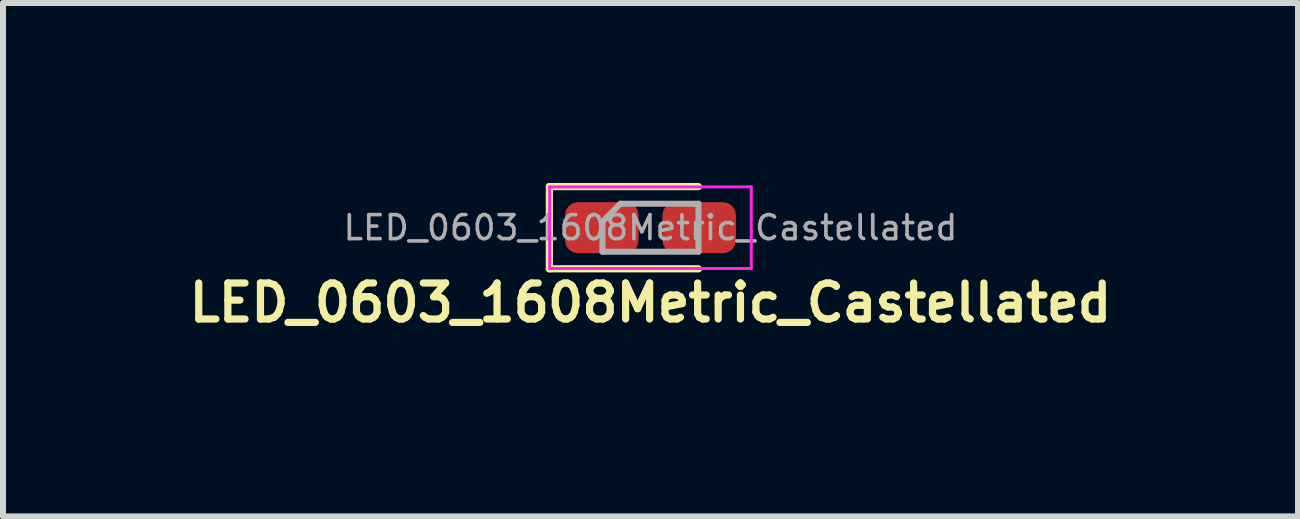
<source format=kicad_pcb>
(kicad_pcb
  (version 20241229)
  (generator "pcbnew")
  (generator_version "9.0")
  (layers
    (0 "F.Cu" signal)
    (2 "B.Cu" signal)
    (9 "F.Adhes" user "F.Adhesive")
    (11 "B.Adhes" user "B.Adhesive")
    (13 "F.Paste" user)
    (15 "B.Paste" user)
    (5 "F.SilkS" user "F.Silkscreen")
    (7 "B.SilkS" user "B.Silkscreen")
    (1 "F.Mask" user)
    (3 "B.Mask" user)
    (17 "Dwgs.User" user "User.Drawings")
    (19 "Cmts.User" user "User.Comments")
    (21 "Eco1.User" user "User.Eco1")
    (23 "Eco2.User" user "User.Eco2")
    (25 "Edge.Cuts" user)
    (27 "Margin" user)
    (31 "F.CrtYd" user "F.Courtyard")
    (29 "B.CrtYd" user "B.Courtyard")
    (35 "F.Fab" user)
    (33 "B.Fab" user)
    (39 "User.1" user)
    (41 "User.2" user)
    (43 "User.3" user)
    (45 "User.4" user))
  (footprint "LED_0603_1608Metric_Castellated"
    (layer "F.Cu")
    (at 7.791 0.745)
    (property "Reference" "LED_0603_1608Metric_Castellated" (at 0 1.25 180) (layer "F.SilkS") (effects (font (size 0.6 0.6) (thickness 0.12))))
    (attr smd)
    (fp_line (start -1.685 -0.685) (end -1.685 0.685) (stroke (width 0.12) (type solid)) (layer "F.SilkS"))
    (fp_line (start -1.685 0.685) (end 0.8 0.685) (stroke (width 0.12) (type solid)) (layer "F.SilkS"))
    (fp_line (start 0.8 -0.685) (end -1.685 -0.685) (stroke (width 0.12) (type solid)) (layer "F.SilkS"))
    (fp_line (start -1.68 -0.68) (end 1.68 -0.68) (stroke (width 0.05) (type solid)) (layer "F.CrtYd"))
    (fp_line (start -1.68 0.68) (end -1.68 -0.68) (stroke (width 0.05) (type solid)) (layer "F.CrtYd"))
    (fp_line (start 1.68 -0.68) (end 1.68 0.68) (stroke (width 0.05) (type solid)) (layer "F.CrtYd"))
    (fp_line (start 1.68 0.68) (end -1.68 0.68) (stroke (width 0.05) (type solid)) (layer "F.CrtYd"))
    (fp_line (start -0.8 -0.1) (end -0.8 0.4) (stroke (width 0.1) (type solid)) (layer "F.Fab"))
    (fp_line (start -0.8 0.4) (end 0.8 0.4) (stroke (width 0.1) (type solid)) (layer "F.Fab"))
    (fp_line (start -0.5 -0.4) (end -0.8 -0.1) (stroke (width 0.1) (type solid)) (layer "F.Fab"))
    (fp_line (start 0.8 -0.4) (end -0.5 -0.4) (stroke (width 0.1) (type solid)) (layer "F.Fab"))
    (fp_line (start 0.8 0.4) (end 0.8 -0.4) (stroke (width 0.1) (type solid)) (layer "F.Fab"))
    (fp_text user "${REFERENCE}" (at 0 0 0) (layer "F.Fab") (effects (font (size 0.4 0.4) (thickness 0.06))))
    (pad "1" smd roundrect (at -0.812 0) (size 1.225 0.85) (layers "F.Cu" "F.Mask" "F.Paste") (roundrect_rratio 0.25))
    (pad "2" smd roundrect (at 0.812 0) (size 1.225 0.85) (layers "F.Cu" "F.Mask" "F.Paste") (roundrect_rratio 0.25)))
  (gr_rect
    (start -3 -3)
    (end 18.583 5.557)
    (stroke (width 0.1) (type default))
    (fill no)
    (layer "Edge.Cuts")))
</source>
